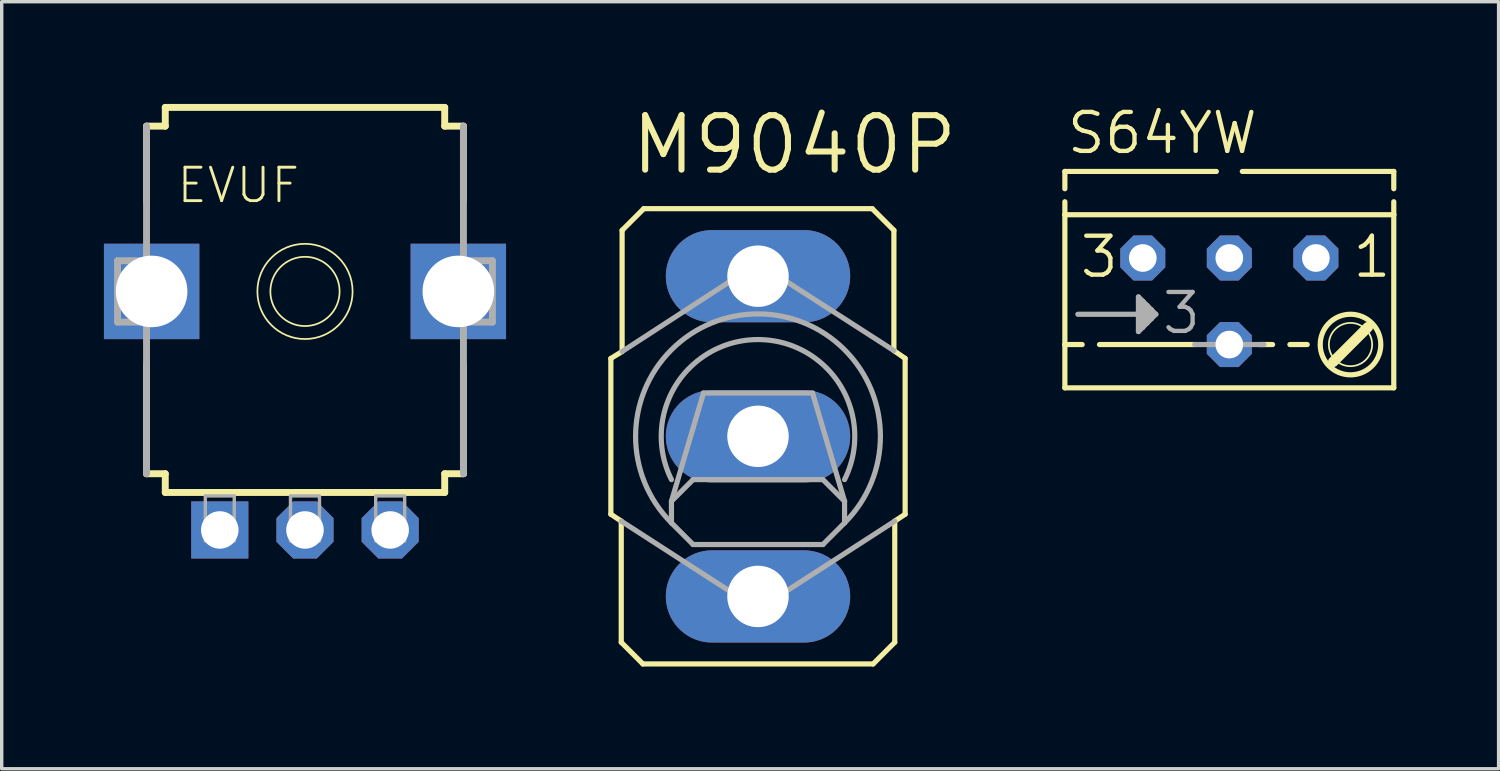
<source format=kicad_pcb>
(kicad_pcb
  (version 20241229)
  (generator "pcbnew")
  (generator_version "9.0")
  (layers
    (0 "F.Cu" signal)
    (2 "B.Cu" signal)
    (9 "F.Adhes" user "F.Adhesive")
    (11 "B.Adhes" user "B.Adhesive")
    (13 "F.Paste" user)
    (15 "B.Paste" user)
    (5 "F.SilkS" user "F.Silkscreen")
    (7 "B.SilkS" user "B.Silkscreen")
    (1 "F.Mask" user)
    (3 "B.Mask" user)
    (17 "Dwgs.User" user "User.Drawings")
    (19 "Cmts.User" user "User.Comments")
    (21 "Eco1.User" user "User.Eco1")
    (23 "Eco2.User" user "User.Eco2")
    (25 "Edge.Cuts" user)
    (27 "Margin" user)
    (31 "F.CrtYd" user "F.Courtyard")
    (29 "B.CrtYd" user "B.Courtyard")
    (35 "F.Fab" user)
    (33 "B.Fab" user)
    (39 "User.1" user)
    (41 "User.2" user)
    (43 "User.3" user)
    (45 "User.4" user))
  (footprint "S64YW"
    (layer "F.Cu")
    (at 33.025 5.791)
    (property "Reference" "S64YW" (at -4.826 -4.267 0) (layer "F.SilkS") (effects (font (size 1.143 1.143) (thickness 0.127)) (justify left bottom)))
    (fp_line (start -4.826 -3.81) (end -4.826 -3.302) (stroke (width 0.152) (type solid)) (layer "F.SilkS"))
    (fp_line (start -4.826 -3.81) (end -0.381 -3.81) (stroke (width 0.152) (type solid)) (layer "F.SilkS"))
    (fp_line (start -4.826 -2.921) (end -4.826 -2.54) (stroke (width 0.152) (type solid)) (layer "F.SilkS"))
    (fp_line (start -4.826 1.27) (end -4.826 -2.54) (stroke (width 0.152) (type solid)) (layer "F.SilkS"))
    (fp_line (start -4.826 1.27) (end -4.318 1.27) (stroke (width 0.152) (type solid)) (layer "F.SilkS"))
    (fp_line (start -4.826 2.54) (end -4.826 1.27) (stroke (width 0.152) (type solid)) (layer "F.SilkS"))
    (fp_line (start -4.826 2.54) (end 4.826 2.54) (stroke (width 0.152) (type solid)) (layer "F.SilkS"))
    (fp_line (start -1.016 1.27) (end -3.81 1.27) (stroke (width 0.152) (type solid)) (layer "F.SilkS"))
    (fp_line (start 0.381 -3.81) (end 4.826 -3.81) (stroke (width 0.152) (type solid)) (layer "F.SilkS"))
    (fp_line (start 1.27 1.27) (end 0.889 1.27) (stroke (width 0.152) (type solid)) (layer "F.SilkS"))
    (fp_line (start 1.778 1.27) (end 2.286 1.27) (stroke (width 0.152) (type solid)) (layer "F.SilkS"))
    (fp_line (start 4.064 0.762) (end 3.048 1.778) (stroke (width 0.305) (type solid)) (layer "F.SilkS"))
    (fp_line (start 4.826 -3.81) (end 4.826 -3.302) (stroke (width 0.152) (type solid)) (layer "F.SilkS"))
    (fp_line (start 4.826 -2.921) (end 4.826 -2.54) (stroke (width 0.152) (type solid)) (layer "F.SilkS"))
    (fp_line (start 4.826 -2.54) (end -4.826 -2.54) (stroke (width 0.152) (type solid)) (layer "F.SilkS"))
    (fp_line (start 4.826 -2.54) (end 4.826 2.54) (stroke (width 0.152) (type solid)) (layer "F.SilkS"))
    (fp_circle (center 3.556 1.27) (end 4.191 1.27) (stroke (width 0.051) (type solid)) (fill no) (layer "F.SilkS"))
    (fp_circle (center 3.556 1.27) (end 4.445 1.27) (stroke (width 0.152) (type solid)) (fill no) (layer "F.SilkS"))
    (fp_line (start -4.445 0.381) (end -2.54 0.381) (stroke (width 0.152) (type solid)) (layer "F.Fab"))
    (fp_line (start -2.667 -0.127) (end -2.667 0.889) (stroke (width 0.152) (type solid)) (layer "F.Fab"))
    (fp_line (start -2.667 0.889) (end -2.54 0.762) (stroke (width 0.152) (type solid)) (layer "F.Fab"))
    (fp_line (start -2.54 0) (end -2.667 -0.127) (stroke (width 0.152) (type solid)) (layer "F.Fab"))
    (fp_line (start -2.54 0.381) (end -2.54 0) (stroke (width 0.152) (type solid)) (layer "F.Fab"))
    (fp_line (start -2.54 0.762) (end -2.54 0.381) (stroke (width 0.152) (type solid)) (layer "F.Fab"))
    (fp_line (start -2.413 0.127) (end -2.54 0) (stroke (width 0.152) (type solid)) (layer "F.Fab"))
    (fp_line (start -2.413 0.635) (end -2.54 0.762) (stroke (width 0.152) (type solid)) (layer "F.Fab"))
    (fp_line (start -2.413 0.635) (end -2.413 0.127) (stroke (width 0.152) (type solid)) (layer "F.Fab"))
    (fp_line (start -2.286 0.254) (end -2.413 0.127) (stroke (width 0.152) (type solid)) (layer "F.Fab"))
    (fp_line (start -2.286 0.508) (end -2.413 0.635) (stroke (width 0.152) (type solid)) (layer "F.Fab"))
    (fp_line (start -2.286 0.508) (end -2.286 0.254) (stroke (width 0.152) (type solid)) (layer "F.Fab"))
    (fp_line (start -2.159 0.381) (end -2.54 0.381) (stroke (width 0.152) (type solid)) (layer "F.Fab"))
    (fp_line (start -2.159 0.381) (end -2.286 0.254) (stroke (width 0.152) (type solid)) (layer "F.Fab"))
    (fp_line (start -2.159 0.381) (end -2.286 0.508) (stroke (width 0.152) (type solid)) (layer "F.Fab"))
    (fp_line (start 1.016 1.27) (end -1.016 1.27) (stroke (width 0.152) (type solid)) (layer "F.Fab"))
    (fp_text user "3" (at -4.445 -0.635 0) (layer "F.SilkS") (effects (font (size 1.143 1.143) (thickness 0.127)) (justify left bottom)))
    (fp_text user "1" (at 3.556 -0.635 0) (layer "F.SilkS") (effects (font (size 1.143 1.143) (thickness 0.127)) (justify left bottom)))
    (fp_text user "3" (at -2.032 1.016 0) (layer "F.Fab") (effects (font (size 1.143 1.143) (thickness 0.127)) (justify left bottom)))
    (pad "A" thru_hole roundrect (at 2.54 -1.27) (size 1.321 1.321) (drill 0.813) (layers "*.Cu" "*.Mask") (roundrect_rratio 0.25) (chamfer_ratio 0.293) (chamfer top_left top_right bottom_left bottom_right))
    (pad "E" thru_hole roundrect (at -2.54 -1.27) (size 1.321 1.321) (drill 0.813) (layers "*.Cu" "*.Mask") (roundrect_rratio 0.25) (chamfer_ratio 0.293) (chamfer top_left top_right bottom_left bottom_right))
    (pad "S" thru_hole roundrect (at 0 1.27) (size 1.321 1.321) (drill 0.813) (layers "*.Cu" "*.Mask") (roundrect_rratio 0.25) (chamfer_ratio 0.293) (chamfer top_left top_right bottom_left bottom_right))
    (pad "S@1" thru_hole roundrect (at 0 -1.27) (size 1.321 1.321) (drill 0.813) (layers "*.Cu" "*.Mask") (roundrect_rratio 0.25) (chamfer_ratio 0.293) (chamfer top_left top_right bottom_left bottom_right)))
  (footprint "M9040P"
    (layer "F.Cu")
    (at 19.194 9.754)
    (property "Reference" "M9040P" (at -3.81 -7.62 0) (layer "F.SilkS") (effects (font (size 1.6 1.6) (thickness 0.178)) (justify left bottom)))
    (fp_line (start -4.318 -2.286) (end -4.318 2.286) (stroke (width 0.152) (type solid)) (layer "F.SilkS"))
    (fp_line (start -4.318 2.286) (end -4.013 2.489) (stroke (width 0.152) (type solid)) (layer "F.SilkS"))
    (fp_line (start -4.013 6.045) (end -4.013 2.489) (stroke (width 0.152) (type solid)) (layer "F.SilkS"))
    (fp_line (start -4.013 6.045) (end -3.378 6.68) (stroke (width 0.152) (type solid)) (layer "F.SilkS"))
    (fp_line (start -3.988 -2.489) (end -4.318 -2.286) (stroke (width 0.152) (type solid)) (layer "F.SilkS"))
    (fp_line (start -3.988 -2.489) (end -3.988 -6.045) (stroke (width 0.152) (type solid)) (layer "F.SilkS"))
    (fp_line (start -3.353 -6.68) (end -3.988 -6.045) (stroke (width 0.152) (type solid)) (layer "F.SilkS"))
    (fp_line (start -3.353 -6.68) (end 3.353 -6.68) (stroke (width 0.152) (type solid)) (layer "F.SilkS"))
    (fp_line (start 3.378 6.68) (end -3.378 6.68) (stroke (width 0.152) (type solid)) (layer "F.SilkS"))
    (fp_line (start 3.378 6.68) (end 4.013 6.045) (stroke (width 0.152) (type solid)) (layer "F.SilkS"))
    (fp_line (start 3.988 -6.045) (end 3.353 -6.68) (stroke (width 0.152) (type solid)) (layer "F.SilkS"))
    (fp_line (start 3.988 -6.045) (end 3.988 -2.515) (stroke (width 0.152) (type solid)) (layer "F.SilkS"))
    (fp_line (start 4.013 2.489) (end 4.318 2.286) (stroke (width 0.152) (type solid)) (layer "F.SilkS"))
    (fp_line (start 4.013 6.045) (end 4.013 2.489) (stroke (width 0.152) (type solid)) (layer "F.SilkS"))
    (fp_line (start 4.318 -2.286) (end 3.988 -2.515) (stroke (width 0.152) (type solid)) (layer "F.SilkS"))
    (fp_line (start 4.318 -2.286) (end 4.318 2.286) (stroke (width 0.152) (type solid)) (layer "F.SilkS"))
    (fp_line (start -4.013 2.489) (end 0 5.08) (stroke (width 0.152) (type solid)) (layer "F.Fab"))
    (fp_line (start -2.54 2.54) (end -2.54 1.905) (stroke (width 0.152) (type solid)) (layer "F.Fab"))
    (fp_line (start -2.54 2.54) (end -1.905 3.175) (stroke (width 0.152) (type solid)) (layer "F.Fab"))
    (fp_line (start -1.905 1.27) (end -2.54 1.905) (stroke (width 0.152) (type solid)) (layer "F.Fab"))
    (fp_line (start -1.905 1.27) (end 1.905 1.27) (stroke (width 0.152) (type solid)) (layer "F.Fab"))
    (fp_line (start -1.6 -1.27) (end -2.54 1.905) (stroke (width 0.152) (type solid)) (layer "F.Fab"))
    (fp_line (start -1.6 -1.27) (end 1.6 -1.27) (stroke (width 0.152) (type solid)) (layer "F.Fab"))
    (fp_line (start 0 -5.08) (end -3.988 -2.489) (stroke (width 0.152) (type solid)) (layer "F.Fab"))
    (fp_line (start 0 5.08) (end 4.013 2.489) (stroke (width 0.152) (type solid)) (layer "F.Fab"))
    (fp_line (start 1.6 -1.27) (end 2.54 1.905) (stroke (width 0.152) (type solid)) (layer "F.Fab"))
    (fp_line (start 1.905 1.27) (end 2.54 1.905) (stroke (width 0.152) (type solid)) (layer "F.Fab"))
    (fp_line (start 1.905 3.175) (end -1.905 3.175) (stroke (width 0.152) (type solid)) (layer "F.Fab"))
    (fp_line (start 1.905 3.175) (end 2.54 2.54) (stroke (width 0.152) (type solid)) (layer "F.Fab"))
    (fp_line (start 2.54 1.905) (end 2.54 2.54) (stroke (width 0.152) (type solid)) (layer "F.Fab"))
    (fp_line (start 3.988 -2.515) (end 0 -5.08) (stroke (width 0.152) (type solid)) (layer "F.Fab"))
    (fp_arc (start -2.54 1.27) (mid 0 -2.839806) (end 2.54 1.27) (stroke (width 0.1524) (type solid)) (layer "F.Fab"))
    (fp_arc (start -2.54 2.54) (mid 0 -3.592102) (end 2.54 2.54) (stroke (width 0.1524) (type solid)) (layer "F.Fab"))
    (pad "1" thru_hole oval (at 0 -4.699) (size 5.41 2.705) (drill 1.803) (layers "*.Cu" "*.Mask"))
    (pad "2" thru_hole oval (at 0 0) (size 5.41 2.705) (drill 1.803) (layers "*.Cu" "*.Mask"))
    (pad "3" thru_hole oval (at 0 4.699) (size 5.41 2.705) (drill 1.803) (layers "*.Cu" "*.Mask")))
  (footprint "EVUF"
    (layer "F.Cu")
    (at 5.9 5.502)
    (property "Reference" "EVUF" (at -3.81 -2.54 0) (layer "F.SilkS") (effects (font (size 0.981 0.981) (thickness 0.085)) (justify left bottom)))
    (fp_line (start -4.65 -2.65) (end -4.65 -4.85) (stroke (width 0.203) (type solid)) (layer "F.SilkS"))
    (fp_line (start -4.65 5.35) (end -4.65 2.15) (stroke (width 0.203) (type solid)) (layer "F.SilkS"))
    (fp_line (start -4.65 5.35) (end -4.1 5.35) (stroke (width 0.203) (type solid)) (layer "F.SilkS"))
    (fp_line (start -4.1 -5.4) (end -4.1 -4.85) (stroke (width 0.203) (type solid)) (layer "F.SilkS"))
    (fp_line (start -4.1 -5.4) (end 4.1 -5.4) (stroke (width 0.203) (type solid)) (layer "F.SilkS"))
    (fp_line (start -4.1 -4.85) (end -4.65 -4.85) (stroke (width 0.203) (type solid)) (layer "F.SilkS"))
    (fp_line (start -4.1 5.35) (end -4.1 5.9) (stroke (width 0.203) (type solid)) (layer "F.SilkS"))
    (fp_line (start 4.1 -4.85) (end 4.1 -5.4) (stroke (width 0.203) (type solid)) (layer "F.SilkS"))
    (fp_line (start 4.1 5.35) (end 4.65 5.35) (stroke (width 0.203) (type solid)) (layer "F.SilkS"))
    (fp_line (start 4.1 5.9) (end -4.1 5.9) (stroke (width 0.203) (type solid)) (layer "F.SilkS"))
    (fp_line (start 4.1 5.9) (end 4.1 5.35) (stroke (width 0.203) (type solid)) (layer "F.SilkS"))
    (fp_line (start 4.65 -4.85) (end 4.1 -4.85) (stroke (width 0.203) (type solid)) (layer "F.SilkS"))
    (fp_line (start 4.65 -4.85) (end 4.65 -2.65) (stroke (width 0.203) (type solid)) (layer "F.SilkS"))
    (fp_line (start 4.65 2.15) (end 4.65 5.35) (stroke (width 0.203) (type solid)) (layer "F.SilkS"))
    (fp_circle (center 0 0) (end 1.016 0) (stroke (width 0.051) (type solid)) (fill no) (layer "F.SilkS"))
    (fp_circle (center 0 0) (end 1.397 0) (stroke (width 0.051) (type solid)) (fill no) (layer "F.SilkS"))
    (fp_line (start -5.5 -0.9) (end -5.5 0.9) (stroke (width 0.203) (type solid)) (layer "F.Fab"))
    (fp_line (start -5.5 0.9) (end -4.75 0.9) (stroke (width 0.203) (type solid)) (layer "F.Fab"))
    (fp_line (start -4.75 -0.9) (end -5.5 -0.9) (stroke (width 0.203) (type solid)) (layer "F.Fab"))
    (fp_line (start -4.65 5.35) (end -4.65 -4.85) (stroke (width 0.203) (type solid)) (layer "F.Fab"))
    (fp_line (start 4.65 -4.85) (end 4.65 5.35) (stroke (width 0.203) (type solid)) (layer "F.Fab"))
    (fp_line (start 4.75 0.9) (end 5.5 0.9) (stroke (width 0.203) (type solid)) (layer "F.Fab"))
    (fp_line (start 5.5 -0.9) (end 4.75 -0.9) (stroke (width 0.203) (type solid)) (layer "F.Fab"))
    (fp_line (start 5.5 0.9) (end 5.5 -0.9) (stroke (width 0.203) (type solid)) (layer "F.Fab"))
    (fp_poly (pts (xy -2.925 7.325) (xy -2.075 7.325) (xy -2.075 6) (xy -2.925 6)) (stroke (width 0.1) (type solid)) (fill no) (layer "F.Fab"))
    (fp_poly (pts (xy -0.425 7.325) (xy 0.425 7.325) (xy 0.425 6) (xy -0.425 6)) (stroke (width 0.1) (type solid)) (fill no) (layer "F.Fab"))
    (fp_poly (pts (xy 2.075 7.325) (xy 2.925 7.325) (xy 2.925 6) (xy 2.075 6)) (stroke (width 0.1) (type solid)) (fill no) (layer "F.Fab"))
    (pad "1" thru_hole rect (at -2.5 7 270) (size 1.676 1.676) (drill 1.1) (layers "*.Cu" "*.Mask"))
    (pad "2" thru_hole roundrect (at 0 7 270) (size 1.676 1.676) (drill 1.1) (layers "*.Cu" "*.Mask") (roundrect_rratio 0.25) (chamfer_ratio 0.293) (chamfer top_left top_right bottom_left bottom_right))
    (pad "3" thru_hole roundrect (at 2.5 7 270) (size 1.676 1.676) (drill 1.1) (layers "*.Cu" "*.Mask") (roundrect_rratio 0.25) (chamfer_ratio 0.293) (chamfer top_left top_right bottom_left bottom_right))
    (pad "M1" thru_hole rect (at 4.5 0 270) (size 2.8 2.8) (drill 2.1) (layers "*.Cu" "*.Mask"))
    (pad "M2" thru_hole rect (at -4.5 0 270) (size 2.8 2.8) (drill 2.1) (layers "*.Cu" "*.Mask")))
  (gr_rect
    (start -3 -3)
    (end 40.927 19.51)
    (stroke (width 0.1) (type default))
    (fill no)
    (layer "Edge.Cuts")))
</source>
